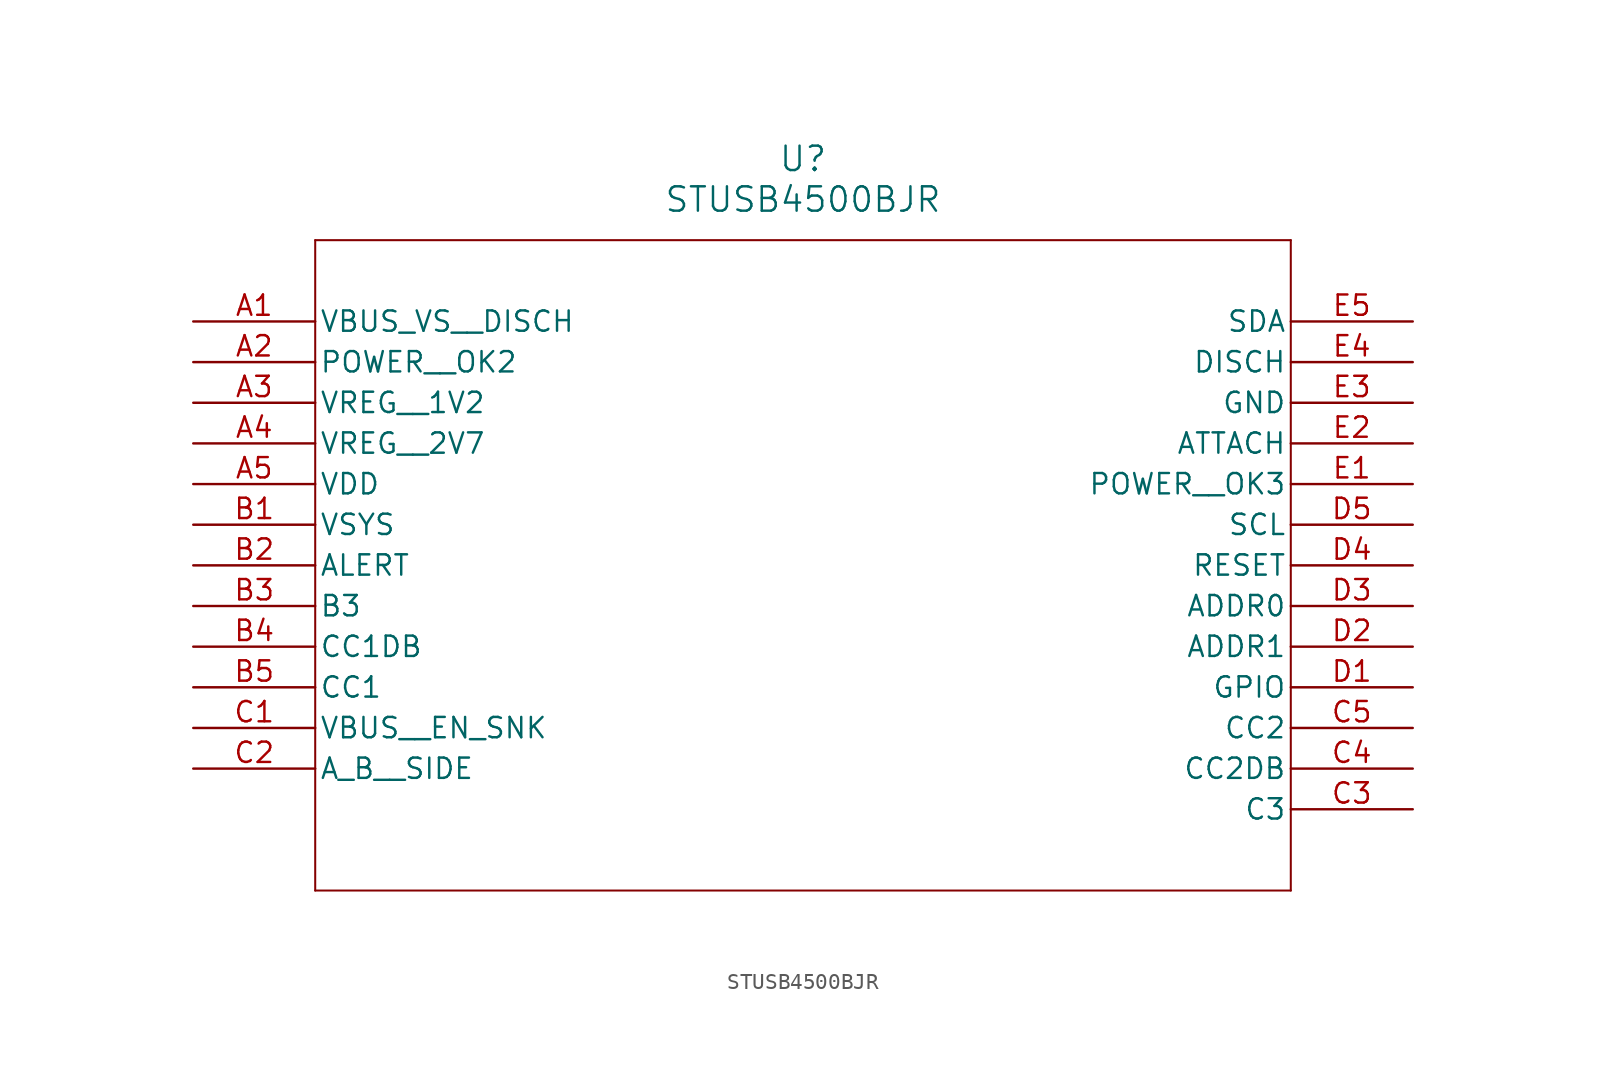
<source format=kicad_sym>
(kicad_symbol_lib
  (version 20211014)
  (generator kicad_symbol_editor)
  (symbol "STUSB4500BJR"
    (pin_names
      (offset 0.254))
    (property "Reference" "U"
      (at 38.1 10.16 0)
      (effects (font (size 1.524 1.524))))
    (property "Value" "STUSB4500BJR"
      (at 38.1 7.62 0)
      (effects (font (size 1.524 1.524))))
    (symbol "STUSB4500BJR_0_1"
      (polyline (pts (xy 7.62 5.08) (xy 7.62 -35.56)) (stroke (width 0.127) (type default) (color 0 0 0 0)) (fill (type none)))
      (polyline (pts (xy 7.62 -35.56) (xy 68.58 -35.56)) (stroke (width 0.127) (type default) (color 0 0 0 0)) (fill (type none)))
      (polyline (pts (xy 68.58 -35.56) (xy 68.58 5.08)) (stroke (width 0.127) (type default) (color 0 0 0 0)) (fill (type none)))
      (polyline (pts (xy 68.58 5.08) (xy 7.62 5.08)) (stroke (width 0.127) (type default) (color 0 0 0 0)) (fill (type none)))
      (pin unspecified line (at 0 0 0) (length 7.62) (name "VBUS_VS _DISCH" (effects (font (size 1.27 1.27)))) (number "A1" (effects (font (size 1.27 1.27)))))
      (pin bidirectional line (at 0 -2.54 0) (length 7.62) (name "POWER _OK2" (effects (font (size 1.27 1.27)))) (number "A2" (effects (font (size 1.27 1.27)))))
      (pin bidirectional line (at 0 -5.08 0) (length 7.62) (name "VREG _1V2" (effects (font (size 1.27 1.27)))) (number "A3" (effects (font (size 1.27 1.27)))))
      (pin bidirectional line (at 0 -7.62 0) (length 7.62) (name "VREG _2V7" (effects (font (size 1.27 1.27)))) (number "A4" (effects (font (size 1.27 1.27)))))
      (pin power_in line (at 0 -10.16 0) (length 7.62) (name "VDD" (effects (font (size 1.27 1.27)))) (number "A5" (effects (font (size 1.27 1.27)))))
      (pin unspecified line (at 0 -12.7 0) (length 7.62) (name "VSYS" (effects (font (size 1.27 1.27)))) (number "B1" (effects (font (size 1.27 1.27)))))
      (pin unspecified line (at 0 -15.24 0) (length 7.62) (name "ALERT" (effects (font (size 1.27 1.27)))) (number "B2" (effects (font (size 1.27 1.27)))))
      (pin unspecified line (at 0 -17.78 0) (length 7.62) (name "B3" (effects (font (size 1.27 1.27)))) (number "B3" (effects (font (size 1.27 1.27)))))
      (pin bidirectional line (at 0 -20.32 0) (length 7.62) (name "CC1DB" (effects (font (size 1.27 1.27)))) (number "B4" (effects (font (size 1.27 1.27)))))
      (pin bidirectional line (at 0 -22.86 0) (length 7.62) (name "CC1" (effects (font (size 1.27 1.27)))) (number "B5" (effects (font (size 1.27 1.27)))))
      (pin unspecified line (at 0 -25.4 0) (length 7.62) (name "VBUS_ EN_SNK" (effects (font (size 1.27 1.27)))) (number "C1" (effects (font (size 1.27 1.27)))))
      (pin unspecified line (at 0 -27.94 0) (length 7.62) (name "A_B_ SIDE" (effects (font (size 1.27 1.27)))) (number "C2" (effects (font (size 1.27 1.27)))))
      (pin unspecified line (at 76.2 -30.48 180) (length 7.62) (name "C3" (effects (font (size 1.27 1.27)))) (number "C3" (effects (font (size 1.27 1.27)))))
      (pin bidirectional line (at 76.2 -27.94 180) (length 7.62) (name "CC2DB" (effects (font (size 1.27 1.27)))) (number "C4" (effects (font (size 1.27 1.27)))))
      (pin bidirectional line (at 76.2 -25.4 180) (length 7.62) (name "CC2" (effects (font (size 1.27 1.27)))) (number "C5" (effects (font (size 1.27 1.27)))))
      (pin unspecified line (at 76.2 -22.86 180) (length 7.62) (name "GPIO" (effects (font (size 1.27 1.27)))) (number "D1" (effects (font (size 1.27 1.27)))))
      (pin bidirectional line (at 76.2 -20.32 180) (length 7.62) (name "ADDR1" (effects (font (size 1.27 1.27)))) (number "D2" (effects (font (size 1.27 1.27)))))
      (pin bidirectional line (at 76.2 -17.78 180) (length 7.62) (name "ADDR0" (effects (font (size 1.27 1.27)))) (number "D3" (effects (font (size 1.27 1.27)))))
      (pin unspecified line (at 76.2 -15.24 180) (length 7.62) (name "RESET" (effects (font (size 1.27 1.27)))) (number "D4" (effects (font (size 1.27 1.27)))))
      (pin unspecified line (at 76.2 -12.7 180) (length 7.62) (name "SCL" (effects (font (size 1.27 1.27)))) (number "D5" (effects (font (size 1.27 1.27)))))
      (pin bidirectional line (at 76.2 -10.16 180) (length 7.62) (name "POWER _OK3" (effects (font (size 1.27 1.27)))) (number "E1" (effects (font (size 1.27 1.27)))))
      (pin unspecified line (at 76.2 -7.62 180) (length 7.62) (name "ATTACH" (effects (font (size 1.27 1.27)))) (number "E2" (effects (font (size 1.27 1.27)))))
      (pin power_out line (at 76.2 -5.08 180) (length 7.62) (name "GND" (effects (font (size 1.27 1.27)))) (number "E3" (effects (font (size 1.27 1.27)))))
      (pin unspecified line (at 76.2 -2.54 180) (length 7.62) (name "DISCH" (effects (font (size 1.27 1.27)))) (number "E4" (effects (font (size 1.27 1.27)))))
      (pin unspecified line (at 76.2 0 180) (length 7.62) (name "SDA" (effects (font (size 1.27 1.27)))) (number "E5" (effects (font (size 1.27 1.27))))))))
</source>
